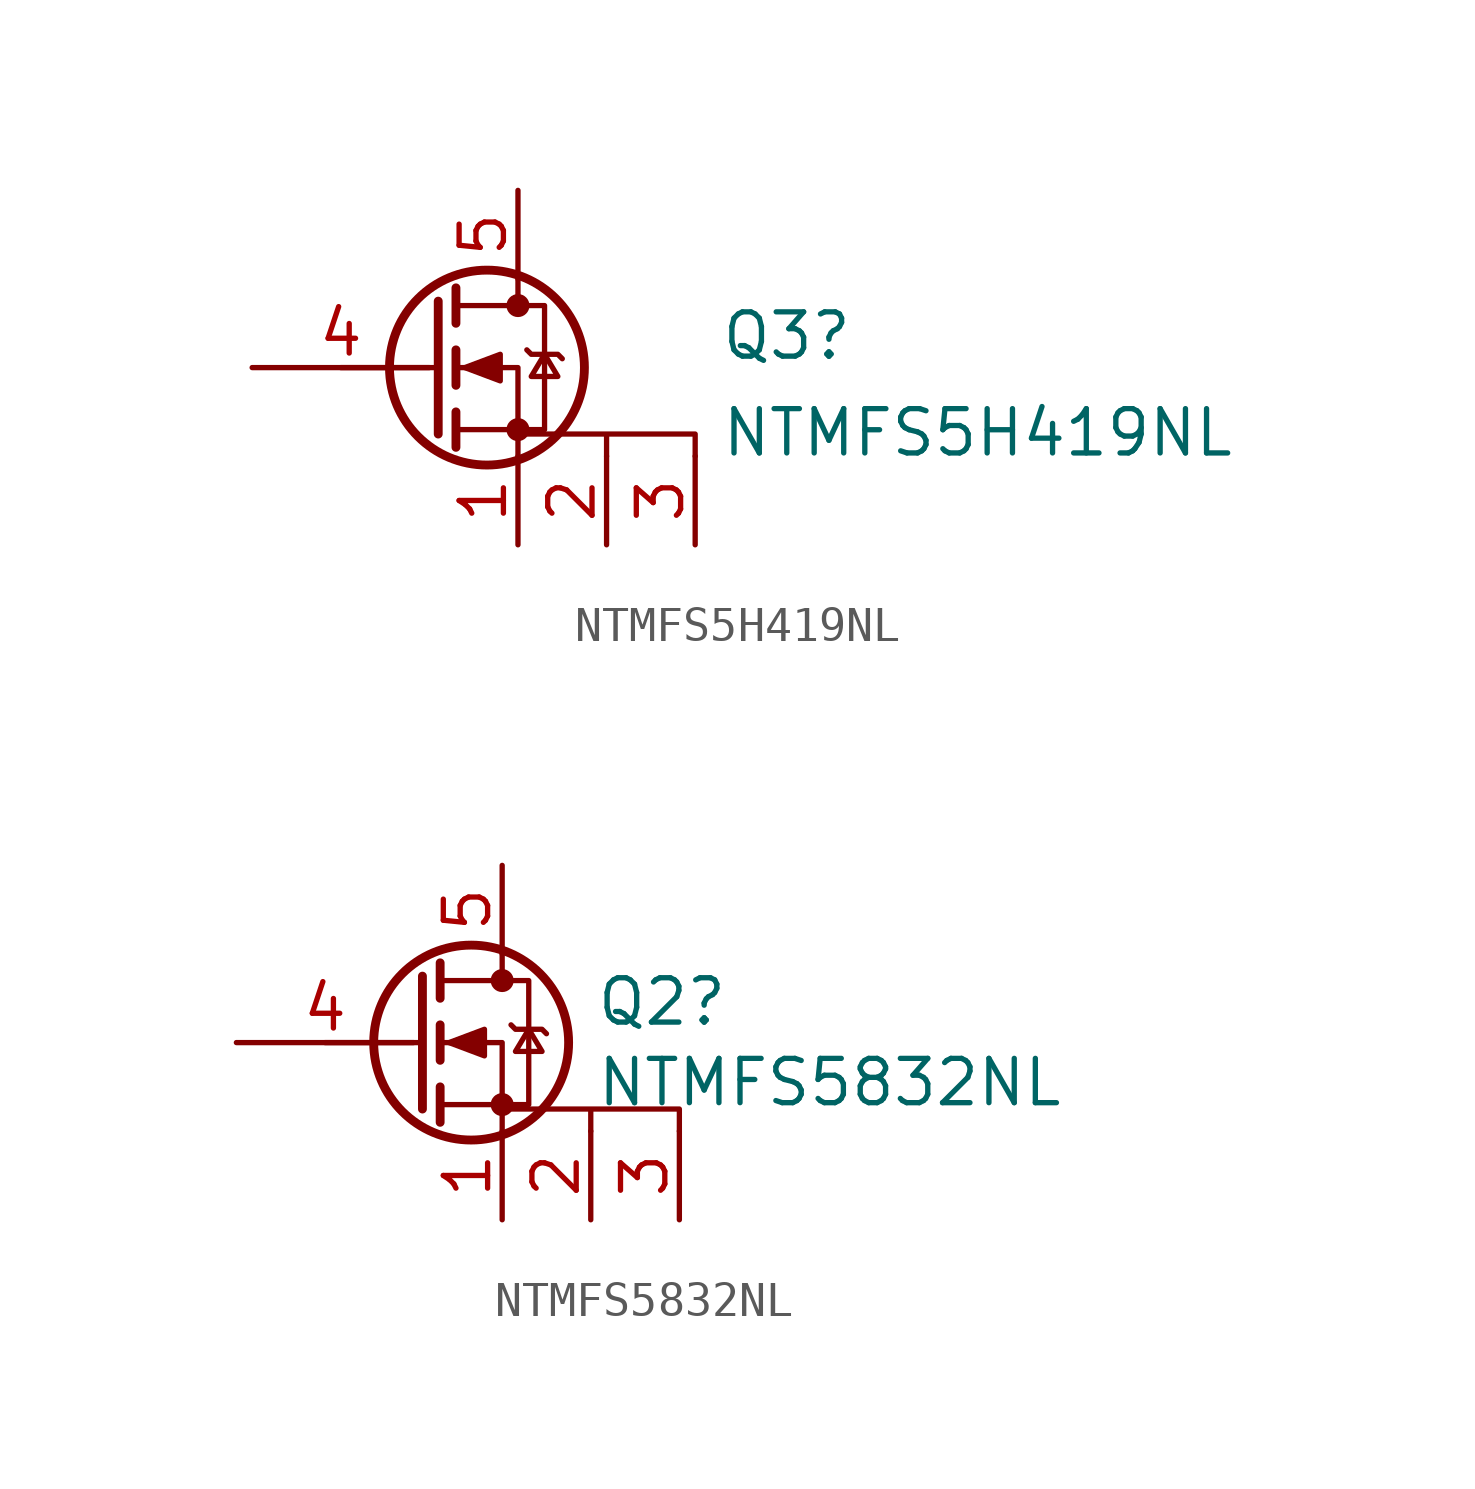
<source format=kicad_sym>
(kicad_symbol_lib
  (version 20211014)
  (generator kicad_symbol_editor)
  (symbol "NTMFS5H419NL"
    (pin_names
      (offset 0) hide)
    (property "Reference" "Q3"
      (at 8.331 0.908 0)
      (effects (font (size 1.27 1.27)) (justify left)))
    (property "Value" "NTMFS5H419NL"
      (at 8.331 -1.867 0)
      (effects (font (size 1.27 1.27)) (justify left)))
    (symbol "NTMFS5H419NL_0_1"
      (polyline (pts (xy 0.254 0) (xy -2.54 0)) (stroke (width 0) (type default) (color 0 0 0 0)) (fill (type none)))
      (polyline (pts (xy 0.254 1.905) (xy 0.254 -1.905)) (stroke (width 0.254) (type default) (color 0 0 0 0)) (fill (type none)))
      (polyline (pts (xy 0.762 -1.27) (xy 0.762 -2.286)) (stroke (width 0.254) (type default) (color 0 0 0 0)) (fill (type none)))
      (polyline (pts (xy 0.762 0.508) (xy 0.762 -0.508)) (stroke (width 0.254) (type default) (color 0 0 0 0)) (fill (type none)))
      (polyline (pts (xy 0.762 2.286) (xy 0.762 1.27)) (stroke (width 0.254) (type default) (color 0 0 0 0)) (fill (type none)))
      (polyline (pts (xy 2.54 2.54) (xy 2.54 1.778)) (stroke (width 0) (type default) (color 0 0 0 0)) (fill (type none)))
      (polyline (pts (xy 2.54 -2.54) (xy 2.54 0) (xy 0.762 0)) (stroke (width 0) (type default) (color 0 0 0 0)) (fill (type none)))
      (polyline (pts (xy 0.762 -1.778) (xy 3.302 -1.778) (xy 3.302 1.778) (xy 0.762 1.778)) (stroke (width 0) (type default) (color 0 0 0 0)) (fill (type none)))
      (polyline (pts (xy 1.016 0) (xy 2.032 0.381) (xy 2.032 -0.381) (xy 1.016 0)) (stroke (width 0) (type default) (color 0 0 0 0)) (fill (type outline)))
      (polyline (pts (xy 2.794 0.508) (xy 2.921 0.381) (xy 3.683 0.381) (xy 3.81 0.254)) (stroke (width 0) (type default) (color 0 0 0 0)) (fill (type none)))
      (polyline (pts (xy 3.302 0.381) (xy 2.921 -0.254) (xy 3.683 -0.254) (xy 3.302 0.381)) (stroke (width 0) (type default) (color 0 0 0 0)) (fill (type none)))
      (polyline (pts (xy 2.54 -1.905) (xy 5.08 -1.905) (xy 5.08 -2.54) (xy 5.08 -1.905) (xy 7.62 -1.905) (xy 7.62 -2.54)) (stroke (width 0.152) (type default) (color 0 0 0 0)) (fill (type none)))
      (circle (center 1.651 0) (radius 2.794) (stroke (width 0.254) (type default) (color 0 0 0 0)) (fill (type none)))
      (circle (center 2.54 -1.778) (radius 0.254) (stroke (width 0) (type default) (color 0 0 0 0)) (fill (type outline)))
      (circle (center 2.54 1.778) (radius 0.254) (stroke (width 0) (type default) (color 0 0 0 0)) (fill (type outline))))
    (symbol "NTMFS5H419NL_1_1"
      (pin passive line (at 2.54 -5.08 90) (length 2.54) (name "S" (effects (font (size 1.27 1.27)))) (number "1" (effects (font (size 1.27 1.27)))))
      (pin passive line (at 5.08 -5.08 90) (length 2.54) (name "S" (effects (font (size 1.27 1.27)))) (number "2" (effects (font (size 1.27 1.27)))))
      (pin passive line (at 7.62 -5.08 90) (length 2.54) (name "S" (effects (font (size 1.27 1.27)))) (number "3" (effects (font (size 1.27 1.27)))))
      (pin input line (at -5.08 0 0) (length 5.08) (name "G" (effects (font (size 1.27 1.27)))) (number "4" (effects (font (size 1.27 1.27)))))
      (pin passive line (at 2.54 5.08 270) (length 2.54) (name "D" (effects (font (size 1.27 1.27)))) (number "5" (effects (font (size 1.27 1.27)))))))
  (symbol "NTMFS5832NL"
    (pin_names
      (offset 0) hide)
    (property "Reference" "Q2"
      (at 5.207 1.168 0)
      (effects (font (size 1.27 1.27)) (justify left)))
    (property "Value" "NTMFS5832NL"
      (at 5.207 -1.143 0)
      (effects (font (size 1.27 1.27)) (justify left)))
    (symbol "NTMFS5832NL_0_1"
      (polyline (pts (xy 0.254 0) (xy -2.54 0)) (stroke (width 0) (type default) (color 0 0 0 0)) (fill (type none)))
      (polyline (pts (xy 0.254 1.905) (xy 0.254 -1.905)) (stroke (width 0.254) (type default) (color 0 0 0 0)) (fill (type none)))
      (polyline (pts (xy 0.762 -1.27) (xy 0.762 -2.286)) (stroke (width 0.254) (type default) (color 0 0 0 0)) (fill (type none)))
      (polyline (pts (xy 0.762 0.508) (xy 0.762 -0.508)) (stroke (width 0.254) (type default) (color 0 0 0 0)) (fill (type none)))
      (polyline (pts (xy 0.762 2.286) (xy 0.762 1.27)) (stroke (width 0.254) (type default) (color 0 0 0 0)) (fill (type none)))
      (polyline (pts (xy 2.54 2.54) (xy 2.54 1.778)) (stroke (width 0) (type default) (color 0 0 0 0)) (fill (type none)))
      (polyline (pts (xy 2.54 -2.54) (xy 2.54 0) (xy 0.762 0)) (stroke (width 0) (type default) (color 0 0 0 0)) (fill (type none)))
      (polyline (pts (xy 0.762 -1.778) (xy 3.302 -1.778) (xy 3.302 1.778) (xy 0.762 1.778)) (stroke (width 0) (type default) (color 0 0 0 0)) (fill (type none)))
      (polyline (pts (xy 1.016 0) (xy 2.032 0.381) (xy 2.032 -0.381) (xy 1.016 0)) (stroke (width 0) (type default) (color 0 0 0 0)) (fill (type outline)))
      (polyline (pts (xy 2.794 0.508) (xy 2.921 0.381) (xy 3.683 0.381) (xy 3.81 0.254)) (stroke (width 0) (type default) (color 0 0 0 0)) (fill (type none)))
      (polyline (pts (xy 3.302 0.381) (xy 2.921 -0.254) (xy 3.683 -0.254) (xy 3.302 0.381)) (stroke (width 0) (type default) (color 0 0 0 0)) (fill (type none)))
      (polyline (pts (xy 2.54 -1.905) (xy 5.08 -1.905) (xy 5.08 -2.54) (xy 5.08 -1.905) (xy 7.62 -1.905) (xy 7.62 -2.54)) (stroke (width 0.152) (type default) (color 0 0 0 0)) (fill (type none)))
      (circle (center 1.651 0) (radius 2.794) (stroke (width 0.254) (type default) (color 0 0 0 0)) (fill (type none)))
      (circle (center 2.54 -1.778) (radius 0.254) (stroke (width 0) (type default) (color 0 0 0 0)) (fill (type outline)))
      (circle (center 2.54 1.778) (radius 0.254) (stroke (width 0) (type default) (color 0 0 0 0)) (fill (type outline))))
    (symbol "NTMFS5832NL_1_1"
      (pin passive line (at 2.54 -5.08 90) (length 2.54) (name "S" (effects (font (size 1.27 1.27)))) (number "1" (effects (font (size 1.27 1.27)))))
      (pin passive line (at 5.08 -5.08 90) (length 2.54) (name "S" (effects (font (size 1.27 1.27)))) (number "2" (effects (font (size 1.27 1.27)))))
      (pin passive line (at 7.62 -5.08 90) (length 2.54) (name "S" (effects (font (size 1.27 1.27)))) (number "3" (effects (font (size 1.27 1.27)))))
      (pin input line (at -5.08 0 0) (length 5.08) (name "G" (effects (font (size 1.27 1.27)))) (number "4" (effects (font (size 1.27 1.27)))))
      (pin passive line (at 2.54 5.08 270) (length 2.54) (name "D" (effects (font (size 1.27 1.27)))) (number "5" (effects (font (size 1.27 1.27))))))))
</source>
